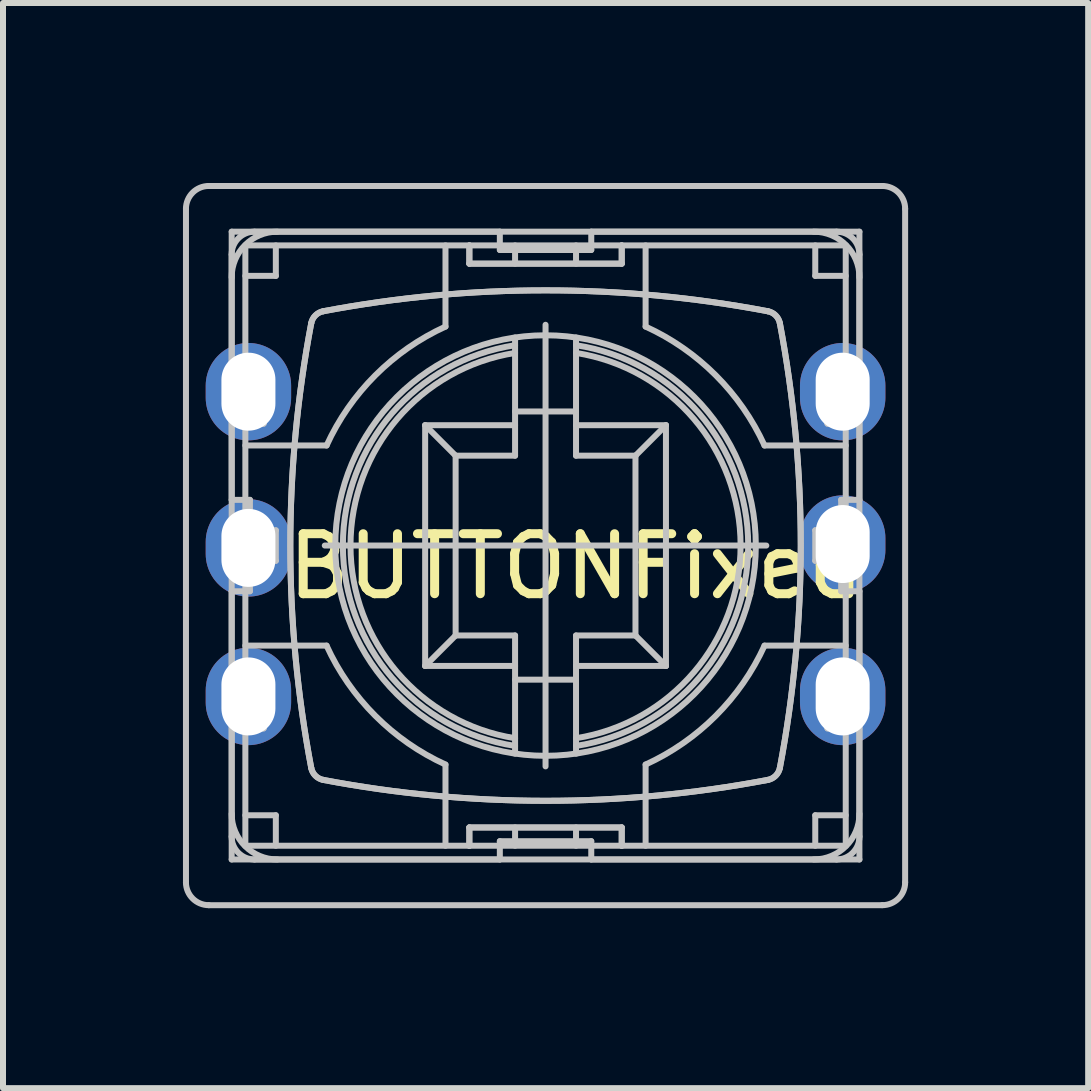
<source format=kicad_pcb>
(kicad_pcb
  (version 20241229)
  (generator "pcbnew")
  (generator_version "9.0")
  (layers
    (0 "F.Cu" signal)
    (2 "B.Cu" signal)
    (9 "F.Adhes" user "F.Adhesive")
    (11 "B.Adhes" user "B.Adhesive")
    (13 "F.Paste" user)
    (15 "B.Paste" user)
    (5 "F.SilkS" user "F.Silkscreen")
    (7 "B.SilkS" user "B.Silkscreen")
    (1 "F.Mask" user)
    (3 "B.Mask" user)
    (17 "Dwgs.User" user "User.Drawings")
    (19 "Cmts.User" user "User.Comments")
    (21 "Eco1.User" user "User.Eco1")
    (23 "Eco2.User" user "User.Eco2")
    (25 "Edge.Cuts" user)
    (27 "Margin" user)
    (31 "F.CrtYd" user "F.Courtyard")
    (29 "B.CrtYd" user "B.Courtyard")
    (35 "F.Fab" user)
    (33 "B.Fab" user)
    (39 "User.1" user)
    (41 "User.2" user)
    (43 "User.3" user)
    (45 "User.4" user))
  (footprint "BUTTONFixed"
    (layer "F.Cu")
    (at 6.552 5.892)
    (property "Reference" "BUTTONFixed" (at 0 0.5 0) (layer "F.SilkS") (effects (font (size 1 1) (thickness 0.15))))
    (attr through_hole)
    (fp_line (start -6.502 5.766) (end -6.502 -5.461) (stroke (width 0.1) (type solid)) (layer "Dwgs.User"))
    (fp_line (start -6.121 -5.842) (end 5.105 -5.842) (stroke (width 0.1) (type solid)) (layer "Dwgs.User"))
    (fp_line (start -5.74 -5.08) (end 4.724 -5.08) (stroke (width 0.1) (type solid)) (layer "Dwgs.User"))
    (fp_line (start -5.74 -2.654) (end -5.74 -5.08) (stroke (width 0.1) (type solid)) (layer "Dwgs.User"))
    (fp_line (start -5.74 -2.654) (end -5.74 -4.699) (stroke (width 0.1) (type solid)) (layer "Dwgs.User"))
    (fp_line (start -5.74 -2.654) (end -5.74 -2.121) (stroke (width 0.1) (type solid)) (layer "Dwgs.User"))
    (fp_line (start -5.74 -2.121) (end -5.696 -1.994) (stroke (width 0.1) (type solid)) (layer "Dwgs.User"))
    (fp_line (start -5.74 -0.61) (end -5.74 -2.121) (stroke (width 0.1) (type solid)) (layer "Dwgs.User"))
    (fp_line (start -5.74 -0.102) (end -5.74 -2.121) (stroke (width 0.1) (type solid)) (layer "Dwgs.User"))
    (fp_line (start -5.74 -0.102) (end -5.74 0.406) (stroke (width 0.1) (type solid)) (layer "Dwgs.User"))
    (fp_line (start -5.74 -0.102) (end -5.247 -0.102) (stroke (width 0.1) (type solid)) (layer "Dwgs.User"))
    (fp_line (start -5.74 0.406) (end -5.247 0.406) (stroke (width 0.1) (type solid)) (layer "Dwgs.User"))
    (fp_line (start -5.74 0.914) (end -5.512 0.914) (stroke (width 0.1) (type solid)) (layer "Dwgs.User"))
    (fp_line (start -5.74 2.426) (end -5.74 0.406) (stroke (width 0.1) (type solid)) (layer "Dwgs.User"))
    (fp_line (start -5.74 2.426) (end -5.74 0.914) (stroke (width 0.1) (type solid)) (layer "Dwgs.User"))
    (fp_line (start -5.74 2.426) (end -5.74 2.959) (stroke (width 0.1) (type solid)) (layer "Dwgs.User"))
    (fp_line (start -5.74 2.959) (end -5.696 3.086) (stroke (width 0.1) (type solid)) (layer "Dwgs.User"))
    (fp_line (start -5.74 5.004) (end -5.74 2.959) (stroke (width 0.1) (type solid)) (layer "Dwgs.User"))
    (fp_line (start -5.74 5.385) (end -5.74 2.959) (stroke (width 0.1) (type solid)) (layer "Dwgs.User"))
    (fp_line (start -5.696 -2.781) (end -5.74 -2.654) (stroke (width 0.1) (type solid)) (layer "Dwgs.User"))
    (fp_line (start -5.696 -2.781) (end -5.207 -2.781) (stroke (width 0.1) (type solid)) (layer "Dwgs.User"))
    (fp_line (start -5.696 -1.994) (end -5.207 -1.994) (stroke (width 0.1) (type solid)) (layer "Dwgs.User"))
    (fp_line (start -5.696 2.299) (end -5.74 2.426) (stroke (width 0.1) (type solid)) (layer "Dwgs.User"))
    (fp_line (start -5.696 2.299) (end -5.207 2.299) (stroke (width 0.1) (type solid)) (layer "Dwgs.User"))
    (fp_line (start -5.696 3.086) (end -5.207 3.086) (stroke (width 0.1) (type solid)) (layer "Dwgs.User"))
    (fp_line (start -5.527 -2.781) (end -5.527 -1.994) (stroke (width 0.1) (type solid)) (layer "Dwgs.User"))
    (fp_line (start -5.527 2.299) (end -5.527 3.086) (stroke (width 0.1) (type solid)) (layer "Dwgs.User"))
    (fp_line (start -5.512 -4.851) (end -1.778 -4.851) (stroke (width 0.1) (type solid)) (layer "Dwgs.User"))
    (fp_line (start -5.512 -4.343) (end -5.004 -4.343) (stroke (width 0.1) (type solid)) (layer "Dwgs.User"))
    (fp_line (start -5.512 -2.896) (end -5.207 -2.896) (stroke (width 0.1) (type solid)) (layer "Dwgs.User"))
    (fp_line (start -5.512 -2.781) (end -5.512 -4.851) (stroke (width 0.1) (type solid)) (layer "Dwgs.User"))
    (fp_line (start -5.512 -1.994) (end -5.512 -2.781) (stroke (width 0.1) (type solid)) (layer "Dwgs.User"))
    (fp_line (start -5.512 -0.61) (end -5.74 -0.61) (stroke (width 0.1) (type solid)) (layer "Dwgs.User"))
    (fp_line (start -5.512 -0.102) (end -5.512 -1.994) (stroke (width 0.1) (type solid)) (layer "Dwgs.User"))
    (fp_line (start -5.512 -0.102) (end -5.512 0.406) (stroke (width 0.1) (type solid)) (layer "Dwgs.User"))
    (fp_line (start -5.512 0.406) (end -5.512 -0.102) (stroke (width 0.1) (type solid)) (layer "Dwgs.User"))
    (fp_line (start -5.512 0.914) (end -5.436 0.914) (stroke (width 0.1) (type solid)) (layer "Dwgs.User"))
    (fp_line (start -5.512 1.82) (end -4.158 1.82) (stroke (width 0.1) (type solid)) (layer "Dwgs.User"))
    (fp_line (start -5.512 2.184) (end -5.207 2.184) (stroke (width 0.1) (type solid)) (layer "Dwgs.User"))
    (fp_line (start -5.512 2.299) (end -5.512 0.406) (stroke (width 0.1) (type solid)) (layer "Dwgs.User"))
    (fp_line (start -5.512 3.086) (end -5.512 2.299) (stroke (width 0.1) (type solid)) (layer "Dwgs.User"))
    (fp_line (start -5.512 5.156) (end -5.512 3.086) (stroke (width 0.1) (type solid)) (layer "Dwgs.User"))
    (fp_line (start -5.436 -2.654) (end -5.74 -2.654) (stroke (width 0.1) (type solid)) (layer "Dwgs.User"))
    (fp_line (start -5.436 -2.654) (end -5.436 -2.121) (stroke (width 0.1) (type solid)) (layer "Dwgs.User"))
    (fp_line (start -5.436 -2.654) (end -5.394 -2.781) (stroke (width 0.1) (type solid)) (layer "Dwgs.User"))
    (fp_line (start -5.436 -2.121) (end -5.74 -2.121) (stroke (width 0.1) (type solid)) (layer "Dwgs.User"))
    (fp_line (start -5.436 -0.61) (end -5.512 -0.61) (stroke (width 0.1) (type solid)) (layer "Dwgs.User"))
    (fp_line (start -5.436 -0.102) (end -5.436 -0.61) (stroke (width 0.1) (type solid)) (layer "Dwgs.User"))
    (fp_line (start -5.436 -0.102) (end -5.436 0.406) (stroke (width 0.1) (type solid)) (layer "Dwgs.User"))
    (fp_line (start -5.436 0.914) (end -5.436 0.406) (stroke (width 0.1) (type solid)) (layer "Dwgs.User"))
    (fp_line (start -5.436 2.426) (end -5.74 2.426) (stroke (width 0.1) (type solid)) (layer "Dwgs.User"))
    (fp_line (start -5.436 2.426) (end -5.436 2.959) (stroke (width 0.1) (type solid)) (layer "Dwgs.User"))
    (fp_line (start -5.436 2.426) (end -5.394 2.299) (stroke (width 0.1) (type solid)) (layer "Dwgs.User"))
    (fp_line (start -5.436 2.959) (end -5.74 2.959) (stroke (width 0.1) (type solid)) (layer "Dwgs.User"))
    (fp_line (start -5.4 -2.781) (end -5.4 -1.994) (stroke (width 0.1) (type solid)) (layer "Dwgs.User"))
    (fp_line (start -5.4 2.299) (end -5.4 3.086) (stroke (width 0.1) (type solid)) (layer "Dwgs.User"))
    (fp_line (start -5.394 -1.994) (end -5.436 -2.121) (stroke (width 0.1) (type solid)) (layer "Dwgs.User"))
    (fp_line (start -5.394 3.086) (end -5.436 2.959) (stroke (width 0.1) (type solid)) (layer "Dwgs.User"))
    (fp_line (start -5.359 -5.08) (end -1.27 -5.08) (stroke (width 0.1) (type solid)) (layer "Dwgs.User"))
    (fp_line (start -5.247 0.406) (end -5.004 0.406) (stroke (width 0.1) (type solid)) (layer "Dwgs.User"))
    (fp_line (start -5.246 -2.781) (end -5.246 -1.994) (stroke (width 0.1) (type solid)) (layer "Dwgs.User"))
    (fp_line (start -5.246 2.299) (end -5.246 3.086) (stroke (width 0.1) (type solid)) (layer "Dwgs.User"))
    (fp_line (start -5.207 -2.896) (end -5.207 -1.88) (stroke (width 0.1) (type solid)) (layer "Dwgs.User"))
    (fp_line (start -5.207 -2.781) (end -5.207 -1.994) (stroke (width 0.1) (type solid)) (layer "Dwgs.User"))
    (fp_line (start -5.207 -1.88) (end -5.512 -1.88) (stroke (width 0.1) (type solid)) (layer "Dwgs.User"))
    (fp_line (start -5.207 -0.102) (end -5.207 0.406) (stroke (width 0.1) (type solid)) (layer "Dwgs.User"))
    (fp_line (start -5.207 2.184) (end -5.207 3.2) (stroke (width 0.1) (type solid)) (layer "Dwgs.User"))
    (fp_line (start -5.207 2.299) (end -5.207 3.086) (stroke (width 0.1) (type solid)) (layer "Dwgs.User"))
    (fp_line (start -5.207 3.2) (end -5.512 3.2) (stroke (width 0.1) (type solid)) (layer "Dwgs.User"))
    (fp_line (start -5.004 -4.343) (end -5.004 -4.851) (stroke (width 0.1) (type solid)) (layer "Dwgs.User"))
    (fp_line (start -5.004 -0.102) (end -5.247 -0.102) (stroke (width 0.1) (type solid)) (layer "Dwgs.User"))
    (fp_line (start -5.004 0.406) (end -5.004 -0.102) (stroke (width 0.1) (type solid)) (layer "Dwgs.User"))
    (fp_line (start -5.004 4.648) (end -5.512 4.648) (stroke (width 0.1) (type solid)) (layer "Dwgs.User"))
    (fp_line (start -5.004 5.156) (end -5.004 4.648) (stroke (width 0.1) (type solid)) (layer "Dwgs.User"))
    (fp_line (start -4.188 0.152) (end 3.172 0.152) (stroke (width 0.1) (type solid)) (layer "Dwgs.User"))
    (fp_line (start -4.158 -1.516) (end -5.512 -1.516) (stroke (width 0.1) (type solid)) (layer "Dwgs.User"))
    (fp_line (start -2.515 -1.854) (end -2.007 -1.346) (stroke (width 0.1) (type solid)) (layer "Dwgs.User"))
    (fp_line (start -2.515 -1.854) (end -1.016 -1.854) (stroke (width 0.1) (type solid)) (layer "Dwgs.User"))
    (fp_line (start -2.515 2.159) (end -2.515 -1.854) (stroke (width 0.1) (type solid)) (layer "Dwgs.User"))
    (fp_line (start -2.176 -4.851) (end -2.176 -3.498) (stroke (width 0.1) (type solid)) (layer "Dwgs.User"))
    (fp_line (start -2.176 3.803) (end -2.176 5.156) (stroke (width 0.1) (type solid)) (layer "Dwgs.User"))
    (fp_line (start -2.007 -1.346) (end -2.007 1.651) (stroke (width 0.1) (type solid)) (layer "Dwgs.User"))
    (fp_line (start -2.007 1.651) (end -2.515 2.159) (stroke (width 0.1) (type solid)) (layer "Dwgs.User"))
    (fp_line (start -1.778 -4.851) (end -1.778 -4.547) (stroke (width 0.1) (type solid)) (layer "Dwgs.User"))
    (fp_line (start -1.778 -4.851) (end 0.762 -4.851) (stroke (width 0.1) (type solid)) (layer "Dwgs.User"))
    (fp_line (start -1.778 -4.547) (end -1.778 -4.851) (stroke (width 0.1) (type solid)) (layer "Dwgs.User"))
    (fp_line (start -1.778 -4.547) (end 0.762 -4.547) (stroke (width 0.1) (type solid)) (layer "Dwgs.User"))
    (fp_line (start -1.778 -4.547) (end 0.762 -4.547) (stroke (width 0.1) (type solid)) (layer "Dwgs.User"))
    (fp_line (start -1.778 4.851) (end -1.778 5.156) (stroke (width 0.1) (type solid)) (layer "Dwgs.User"))
    (fp_line (start -1.778 4.851) (end -1.778 5.156) (stroke (width 0.1) (type solid)) (layer "Dwgs.User"))
    (fp_line (start -1.778 4.851) (end 0.762 4.851) (stroke (width 0.1) (type solid)) (layer "Dwgs.User"))
    (fp_line (start -1.778 5.156) (end -5.512 5.156) (stroke (width 0.1) (type solid)) (layer "Dwgs.User"))
    (fp_line (start -1.778 5.156) (end 0.762 5.156) (stroke (width 0.1) (type solid)) (layer "Dwgs.User"))
    (fp_line (start -1.27 -5.08) (end -1.27 -4.851) (stroke (width 0.1) (type solid)) (layer "Dwgs.User"))
    (fp_line (start -1.27 -4.851) (end -1.27 -4.775) (stroke (width 0.1) (type solid)) (layer "Dwgs.User"))
    (fp_line (start -1.27 -4.775) (end 0.254 -4.775) (stroke (width 0.1) (type solid)) (layer "Dwgs.User"))
    (fp_line (start -1.27 5.08) (end -1.27 5.156) (stroke (width 0.1) (type solid)) (layer "Dwgs.User"))
    (fp_line (start -1.27 5.156) (end -1.27 5.385) (stroke (width 0.1) (type solid)) (layer "Dwgs.User"))
    (fp_line (start -1.27 5.385) (end -5.359 5.385) (stroke (width 0.1) (type solid)) (layer "Dwgs.User"))
    (fp_line (start -1.016 -4.547) (end -1.016 -4.851) (stroke (width 0.1) (type solid)) (layer "Dwgs.User"))
    (fp_line (start -1.016 -3.316) (end -1.016 -1.346) (stroke (width 0.1) (type solid)) (layer "Dwgs.User"))
    (fp_line (start -1.016 -1.346) (end -2.007 -1.346) (stroke (width 0.1) (type solid)) (layer "Dwgs.User"))
    (fp_line (start -1.016 1.651) (end -2.007 1.651) (stroke (width 0.1) (type solid)) (layer "Dwgs.User"))
    (fp_line (start -1.016 1.651) (end -1.016 3.621) (stroke (width 0.1) (type solid)) (layer "Dwgs.User"))
    (fp_line (start -1.016 2.159) (end -2.515 2.159) (stroke (width 0.1) (type solid)) (layer "Dwgs.User"))
    (fp_line (start -1.016 4.851) (end -1.016 5.156) (stroke (width 0.1) (type solid)) (layer "Dwgs.User"))
    (fp_line (start -0.508 3.833) (end -0.508 -3.528) (stroke (width 0.1) (type solid)) (layer "Dwgs.User"))
    (fp_line (start 0 -4.547) (end 0 -4.851) (stroke (width 0.1) (type solid)) (layer "Dwgs.User"))
    (fp_line (start 0 -3.316) (end 0 -1.346) (stroke (width 0.1) (type solid)) (layer "Dwgs.User"))
    (fp_line (start 0 -2.083) (end -1.016 -2.083) (stroke (width 0.1) (type solid)) (layer "Dwgs.User"))
    (fp_line (start 0 -1.854) (end 1.499 -1.854) (stroke (width 0.1) (type solid)) (layer "Dwgs.User"))
    (fp_line (start 0 1.651) (end 0 3.621) (stroke (width 0.1) (type solid)) (layer "Dwgs.User"))
    (fp_line (start 0 2.388) (end -1.016 2.388) (stroke (width 0.1) (type solid)) (layer "Dwgs.User"))
    (fp_line (start 0 4.851) (end 0 5.156) (stroke (width 0.1) (type solid)) (layer "Dwgs.User"))
    (fp_line (start 0.254 -5.08) (end 4.343 -5.08) (stroke (width 0.1) (type solid)) (layer "Dwgs.User"))
    (fp_line (start 0.254 -4.851) (end 0.254 -5.08) (stroke (width 0.1) (type solid)) (layer "Dwgs.User"))
    (fp_line (start 0.254 -4.775) (end 0.254 -4.851) (stroke (width 0.1) (type solid)) (layer "Dwgs.User"))
    (fp_line (start 0.254 5.08) (end -1.27 5.08) (stroke (width 0.1) (type solid)) (layer "Dwgs.User"))
    (fp_line (start 0.254 5.156) (end 0.254 5.08) (stroke (width 0.1) (type solid)) (layer "Dwgs.User"))
    (fp_line (start 0.254 5.385) (end 0.254 5.156) (stroke (width 0.1) (type solid)) (layer "Dwgs.User"))
    (fp_line (start 0.762 -4.851) (end 4.496 -4.851) (stroke (width 0.1) (type solid)) (layer "Dwgs.User"))
    (fp_line (start 0.762 -4.547) (end 0.762 -4.851) (stroke (width 0.1) (type solid)) (layer "Dwgs.User"))
    (fp_line (start 0.762 -4.547) (end 0.762 -4.851) (stroke (width 0.1) (type solid)) (layer "Dwgs.User"))
    (fp_line (start 0.762 4.851) (end -1.778 4.851) (stroke (width 0.1) (type solid)) (layer "Dwgs.User"))
    (fp_line (start 0.762 4.851) (end 0.762 5.156) (stroke (width 0.1) (type solid)) (layer "Dwgs.User"))
    (fp_line (start 0.762 5.156) (end 0.762 4.851) (stroke (width 0.1) (type solid)) (layer "Dwgs.User"))
    (fp_line (start 0.991 -1.346) (end 0 -1.346) (stroke (width 0.1) (type solid)) (layer "Dwgs.User"))
    (fp_line (start 0.991 -1.346) (end 0.991 1.651) (stroke (width 0.1) (type solid)) (layer "Dwgs.User"))
    (fp_line (start 0.991 -1.346) (end 1.499 -1.854) (stroke (width 0.1) (type solid)) (layer "Dwgs.User"))
    (fp_line (start 0.991 1.651) (end 0 1.651) (stroke (width 0.1) (type solid)) (layer "Dwgs.User"))
    (fp_line (start 1.16 -3.498) (end 1.16 -4.851) (stroke (width 0.1) (type solid)) (layer "Dwgs.User"))
    (fp_line (start 1.16 5.156) (end 1.16 3.803) (stroke (width 0.1) (type solid)) (layer "Dwgs.User"))
    (fp_line (start 1.499 -1.854) (end 1.499 2.159) (stroke (width 0.1) (type solid)) (layer "Dwgs.User"))
    (fp_line (start 1.499 2.159) (end 0 2.159) (stroke (width 0.1) (type solid)) (layer "Dwgs.User"))
    (fp_line (start 1.499 2.159) (end 0.991 1.651) (stroke (width 0.1) (type solid)) (layer "Dwgs.User"))
    (fp_line (start 3.142 1.82) (end 4.496 1.82) (stroke (width 0.1) (type solid)) (layer "Dwgs.User"))
    (fp_line (start 3.988 -4.851) (end 3.988 -4.343) (stroke (width 0.1) (type solid)) (layer "Dwgs.User"))
    (fp_line (start 3.988 -4.343) (end 4.496 -4.343) (stroke (width 0.1) (type solid)) (layer "Dwgs.User"))
    (fp_line (start 3.988 -0.102) (end 3.988 0.406) (stroke (width 0.1) (type solid)) (layer "Dwgs.User"))
    (fp_line (start 3.988 0.406) (end 4.231 0.406) (stroke (width 0.1) (type solid)) (layer "Dwgs.User"))
    (fp_line (start 3.988 4.648) (end 3.988 5.156) (stroke (width 0.1) (type solid)) (layer "Dwgs.User"))
    (fp_line (start 4.191 -2.896) (end 4.496 -2.896) (stroke (width 0.1) (type solid)) (layer "Dwgs.User"))
    (fp_line (start 4.191 -1.994) (end 4.191 -2.781) (stroke (width 0.1) (type solid)) (layer "Dwgs.User"))
    (fp_line (start 4.191 -1.88) (end 4.191 -2.896) (stroke (width 0.1) (type solid)) (layer "Dwgs.User"))
    (fp_line (start 4.191 0.406) (end 4.191 -0.102) (stroke (width 0.1) (type solid)) (layer "Dwgs.User"))
    (fp_line (start 4.191 2.184) (end 4.496 2.184) (stroke (width 0.1) (type solid)) (layer "Dwgs.User"))
    (fp_line (start 4.191 3.086) (end 4.191 2.299) (stroke (width 0.1) (type solid)) (layer "Dwgs.User"))
    (fp_line (start 4.191 3.2) (end 4.191 2.184) (stroke (width 0.1) (type solid)) (layer "Dwgs.User"))
    (fp_line (start 4.23 -1.994) (end 4.23 -2.781) (stroke (width 0.1) (type solid)) (layer "Dwgs.User"))
    (fp_line (start 4.23 3.086) (end 4.23 2.299) (stroke (width 0.1) (type solid)) (layer "Dwgs.User"))
    (fp_line (start 4.231 -0.102) (end 3.988 -0.102) (stroke (width 0.1) (type solid)) (layer "Dwgs.User"))
    (fp_line (start 4.343 5.385) (end 0.254 5.385) (stroke (width 0.1) (type solid)) (layer "Dwgs.User"))
    (fp_line (start 4.378 -2.781) (end 4.42 -2.654) (stroke (width 0.1) (type solid)) (layer "Dwgs.User"))
    (fp_line (start 4.378 2.299) (end 4.42 2.426) (stroke (width 0.1) (type solid)) (layer "Dwgs.User"))
    (fp_line (start 4.384 -1.994) (end 4.384 -2.781) (stroke (width 0.1) (type solid)) (layer "Dwgs.User"))
    (fp_line (start 4.384 3.086) (end 4.384 2.299) (stroke (width 0.1) (type solid)) (layer "Dwgs.User"))
    (fp_line (start 4.42 -2.654) (end 4.724 -2.654) (stroke (width 0.1) (type solid)) (layer "Dwgs.User"))
    (fp_line (start 4.42 -2.121) (end 4.378 -1.994) (stroke (width 0.1) (type solid)) (layer "Dwgs.User"))
    (fp_line (start 4.42 -2.121) (end 4.42 -2.654) (stroke (width 0.1) (type solid)) (layer "Dwgs.User"))
    (fp_line (start 4.42 -2.121) (end 4.724 -2.121) (stroke (width 0.1) (type solid)) (layer "Dwgs.User"))
    (fp_line (start 4.42 -0.61) (end 4.42 -0.102) (stroke (width 0.1) (type solid)) (layer "Dwgs.User"))
    (fp_line (start 4.42 0.406) (end 4.42 -0.102) (stroke (width 0.1) (type solid)) (layer "Dwgs.User"))
    (fp_line (start 4.42 0.406) (end 4.42 0.914) (stroke (width 0.1) (type solid)) (layer "Dwgs.User"))
    (fp_line (start 4.42 0.914) (end 4.496 0.914) (stroke (width 0.1) (type solid)) (layer "Dwgs.User"))
    (fp_line (start 4.42 2.426) (end 4.724 2.426) (stroke (width 0.1) (type solid)) (layer "Dwgs.User"))
    (fp_line (start 4.42 2.959) (end 4.378 3.086) (stroke (width 0.1) (type solid)) (layer "Dwgs.User"))
    (fp_line (start 4.42 2.959) (end 4.42 2.426) (stroke (width 0.1) (type solid)) (layer "Dwgs.User"))
    (fp_line (start 4.42 2.959) (end 4.724 2.959) (stroke (width 0.1) (type solid)) (layer "Dwgs.User"))
    (fp_line (start 4.496 -4.851) (end 4.496 -2.781) (stroke (width 0.1) (type solid)) (layer "Dwgs.User"))
    (fp_line (start 4.496 -2.781) (end 4.496 -1.994) (stroke (width 0.1) (type solid)) (layer "Dwgs.User"))
    (fp_line (start 4.496 -1.994) (end 4.496 -0.102) (stroke (width 0.1) (type solid)) (layer "Dwgs.User"))
    (fp_line (start 4.496 -1.88) (end 4.191 -1.88) (stroke (width 0.1) (type solid)) (layer "Dwgs.User"))
    (fp_line (start 4.496 -1.516) (end 3.142 -1.516) (stroke (width 0.1) (type solid)) (layer "Dwgs.User"))
    (fp_line (start 4.496 -0.61) (end 4.42 -0.61) (stroke (width 0.1) (type solid)) (layer "Dwgs.User"))
    (fp_line (start 4.496 -0.102) (end 4.496 0.406) (stroke (width 0.1) (type solid)) (layer "Dwgs.User"))
    (fp_line (start 4.496 0.406) (end 4.496 -0.102) (stroke (width 0.1) (type solid)) (layer "Dwgs.User"))
    (fp_line (start 4.496 0.406) (end 4.496 2.299) (stroke (width 0.1) (type solid)) (layer "Dwgs.User"))
    (fp_line (start 4.496 0.914) (end 4.724 0.914) (stroke (width 0.1) (type solid)) (layer "Dwgs.User"))
    (fp_line (start 4.496 2.299) (end 4.496 3.086) (stroke (width 0.1) (type solid)) (layer "Dwgs.User"))
    (fp_line (start 4.496 3.086) (end 4.496 5.156) (stroke (width 0.1) (type solid)) (layer "Dwgs.User"))
    (fp_line (start 4.496 3.2) (end 4.191 3.2) (stroke (width 0.1) (type solid)) (layer "Dwgs.User"))
    (fp_line (start 4.496 4.648) (end 3.988 4.648) (stroke (width 0.1) (type solid)) (layer "Dwgs.User"))
    (fp_line (start 4.496 5.156) (end 0.762 5.156) (stroke (width 0.1) (type solid)) (layer "Dwgs.User"))
    (fp_line (start 4.511 -1.994) (end 4.511 -2.781) (stroke (width 0.1) (type solid)) (layer "Dwgs.User"))
    (fp_line (start 4.511 3.086) (end 4.511 2.299) (stroke (width 0.1) (type solid)) (layer "Dwgs.User"))
    (fp_line (start 4.68 -2.781) (end 4.191 -2.781) (stroke (width 0.1) (type solid)) (layer "Dwgs.User"))
    (fp_line (start 4.68 -1.994) (end 4.191 -1.994) (stroke (width 0.1) (type solid)) (layer "Dwgs.User"))
    (fp_line (start 4.68 -1.994) (end 4.724 -2.121) (stroke (width 0.1) (type solid)) (layer "Dwgs.User"))
    (fp_line (start 4.68 2.299) (end 4.191 2.299) (stroke (width 0.1) (type solid)) (layer "Dwgs.User"))
    (fp_line (start 4.68 3.086) (end 4.191 3.086) (stroke (width 0.1) (type solid)) (layer "Dwgs.User"))
    (fp_line (start 4.68 3.086) (end 4.724 2.959) (stroke (width 0.1) (type solid)) (layer "Dwgs.User"))
    (fp_line (start 4.724 -5.08) (end 4.724 -2.654) (stroke (width 0.1) (type solid)) (layer "Dwgs.User"))
    (fp_line (start 4.724 -4.699) (end 4.724 -2.654) (stroke (width 0.1) (type solid)) (layer "Dwgs.User"))
    (fp_line (start 4.724 -2.654) (end 4.68 -2.781) (stroke (width 0.1) (type solid)) (layer "Dwgs.User"))
    (fp_line (start 4.724 -2.121) (end 4.724 -2.654) (stroke (width 0.1) (type solid)) (layer "Dwgs.User"))
    (fp_line (start 4.724 -2.121) (end 4.724 -0.61) (stroke (width 0.1) (type solid)) (layer "Dwgs.User"))
    (fp_line (start 4.724 -2.121) (end 4.724 -0.102) (stroke (width 0.1) (type solid)) (layer "Dwgs.User"))
    (fp_line (start 4.724 -0.61) (end 4.496 -0.61) (stroke (width 0.1) (type solid)) (layer "Dwgs.User"))
    (fp_line (start 4.724 -0.102) (end 4.231 -0.102) (stroke (width 0.1) (type solid)) (layer "Dwgs.User"))
    (fp_line (start 4.724 0.406) (end 4.231 0.406) (stroke (width 0.1) (type solid)) (layer "Dwgs.User"))
    (fp_line (start 4.724 0.406) (end 4.724 -0.102) (stroke (width 0.1) (type solid)) (layer "Dwgs.User"))
    (fp_line (start 4.724 0.406) (end 4.724 2.426) (stroke (width 0.1) (type solid)) (layer "Dwgs.User"))
    (fp_line (start 4.724 0.914) (end 4.724 2.426) (stroke (width 0.1) (type solid)) (layer "Dwgs.User"))
    (fp_line (start 4.724 2.426) (end 4.68 2.299) (stroke (width 0.1) (type solid)) (layer "Dwgs.User"))
    (fp_line (start 4.724 2.959) (end 4.724 2.426) (stroke (width 0.1) (type solid)) (layer "Dwgs.User"))
    (fp_line (start 4.724 2.959) (end 4.724 5.004) (stroke (width 0.1) (type solid)) (layer "Dwgs.User"))
    (fp_line (start 4.724 2.959) (end 4.724 5.385) (stroke (width 0.1) (type solid)) (layer "Dwgs.User"))
    (fp_line (start 4.724 5.385) (end -5.74 5.385) (stroke (width 0.1) (type solid)) (layer "Dwgs.User"))
    (fp_line (start 5.105 6.147) (end -6.121 6.147) (stroke (width 0.1) (type solid)) (layer "Dwgs.User"))
    (fp_line (start 5.486 -5.461) (end 5.486 5.766) (stroke (width 0.1) (type solid)) (layer "Dwgs.User"))
    (fp_arc (start -6.5024 -5.461) (mid -6.390808 -5.730408) (end -6.1214 -5.842) (stroke (width 0.1) (type solid)) (layer "Dwgs.User"))
    (fp_arc (start -6.1214 6.1468) (mid -6.390808 6.035208) (end -6.5024 5.7658) (stroke (width 0.1) (type solid)) (layer "Dwgs.User"))
    (fp_arc (start -5.7404 -4.699) (mid -5.628808 -4.968408) (end -5.3594 -5.08) (stroke (width 0.1) (type solid)) (layer "Dwgs.User"))
    (fp_arc (start -5.7404 -4.318) (mid -5.517215 -4.856815) (end -4.9784 -5.08) (stroke (width 0.1) (type solid)) (layer "Dwgs.User"))
    (fp_arc (start -5.3594 5.3848) (mid -5.628808 5.273208) (end -5.7404 5.0038) (stroke (width 0.1) (type solid)) (layer "Dwgs.User"))
    (fp_arc (start -4.9784 5.3848) (mid -5.517215 5.161615) (end -5.7404 4.6228) (stroke (width 0.1) (type solid)) (layer "Dwgs.User"))
    (fp_arc (start -4.414377 -3.551749) (mid -4.34443 -3.684029) (end -4.21215 -3.753977) (stroke (width 0.1) (type solid)) (layer "Dwgs.User"))
    (fp_arc (start -4.414377 -3.551749) (mid -4.34443 -3.684029) (end -4.21215 -3.753977) (stroke (width 0.1) (type solid)) (layer "Dwgs.User"))
    (fp_arc (start -4.414377 3.856549) (mid -4.7625 0.1524) (end -4.414377 -3.55175) (stroke (width 0.1) (type solid)) (layer "Dwgs.User"))
    (fp_arc (start -4.414377 3.856549) (mid -4.7625 0.1524) (end -4.414377 -3.55175) (stroke (width 0.1) (type solid)) (layer "Dwgs.User"))
    (fp_arc (start -4.212149 -3.753977) (mid -0.508 -4.1021) (end 3.19615 -3.753977) (stroke (width 0.1) (type solid)) (layer "Dwgs.User"))
    (fp_arc (start -4.212149 -3.753977) (mid -0.508 -4.1021) (end 3.19615 -3.753977) (stroke (width 0.1) (type solid)) (layer "Dwgs.User"))
    (fp_arc (start -4.212149 4.058777) (mid -4.344429 3.98883) (end -4.414377 3.85655) (stroke (width 0.1) (type solid)) (layer "Dwgs.User"))
    (fp_arc (start -4.212149 4.058777) (mid -4.344429 3.98883) (end -4.414377 3.85655) (stroke (width 0.1) (type solid)) (layer "Dwgs.User"))
    (fp_arc (start -4.158174 -1.515533) (mid -3.345761 -2.685361) (end -2.175933 -3.497774) (stroke (width 0.1) (type solid)) (layer "Dwgs.User"))
    (fp_arc (start -2.175933 3.802574) (mid -3.345761 2.990161) (end -4.158174 1.820333) (stroke (width 0.1) (type solid)) (layer "Dwgs.User"))
    (fp_arc (start -1.016 3.363667) (mid -3.7592 0.1524) (end -1.016 -3.058867) (stroke (width 0.1) (type solid)) (layer "Dwgs.User"))
    (fp_arc (start -1.016 3.492186) (mid -3.8862 0.1524) (end -1.016 -3.187386) (stroke (width 0.1) (type solid)) (layer "Dwgs.User"))
    (fp_arc (start 0 -3.187386) (mid 2.8702 0.1524) (end 0 3.492186) (stroke (width 0.1) (type solid)) (layer "Dwgs.User"))
    (fp_arc (start 0 -3.058867) (mid 2.7432 0.1524) (end 0 3.363667) (stroke (width 0.1) (type solid)) (layer "Dwgs.User"))
    (fp_arc (start 1.159933 -3.497774) (mid 2.329761 -2.685361) (end 3.142174 -1.515533) (stroke (width 0.1) (type solid)) (layer "Dwgs.User"))
    (fp_arc (start 3.142174 1.820333) (mid 2.329761 2.990161) (end 1.159933 3.802574) (stroke (width 0.1) (type solid)) (layer "Dwgs.User"))
    (fp_arc (start 3.196149 -3.753977) (mid 3.328429 -3.68403) (end 3.398377 -3.55175) (stroke (width 0.1) (type solid)) (layer "Dwgs.User"))
    (fp_arc (start 3.196149 -3.753977) (mid 3.328429 -3.68403) (end 3.398377 -3.55175) (stroke (width 0.1) (type solid)) (layer "Dwgs.User"))
    (fp_arc (start 3.196149 4.058777) (mid -0.508 4.4069) (end -4.21215 4.058777) (stroke (width 0.1) (type solid)) (layer "Dwgs.User"))
    (fp_arc (start 3.196149 4.058777) (mid -0.508 4.4069) (end -4.21215 4.058777) (stroke (width 0.1) (type solid)) (layer "Dwgs.User"))
    (fp_arc (start 3.398377 -3.551749) (mid 3.7465 0.1524) (end 3.398377 3.85655) (stroke (width 0.1) (type solid)) (layer "Dwgs.User"))
    (fp_arc (start 3.398377 -3.551749) (mid 3.7465 0.1524) (end 3.398377 3.85655) (stroke (width 0.1) (type solid)) (layer "Dwgs.User"))
    (fp_arc (start 3.398377 3.856549) (mid 3.32843 3.988829) (end 3.19615 4.058777) (stroke (width 0.1) (type solid)) (layer "Dwgs.User"))
    (fp_arc (start 3.398377 3.856549) (mid 3.32843 3.988829) (end 3.19615 4.058777) (stroke (width 0.1) (type solid)) (layer "Dwgs.User"))
    (fp_arc (start 3.9624 -5.08) (mid 4.501215 -4.856815) (end 4.7244 -4.318) (stroke (width 0.1) (type solid)) (layer "Dwgs.User"))
    (fp_arc (start 4.3434 -5.08) (mid 4.612808 -4.968408) (end 4.7244 -4.699) (stroke (width 0.1) (type solid)) (layer "Dwgs.User"))
    (fp_arc (start 4.7244 4.6228) (mid 4.501215 5.161615) (end 3.9624 5.3848) (stroke (width 0.1) (type solid)) (layer "Dwgs.User"))
    (fp_arc (start 4.7244 5.0038) (mid 4.612808 5.273208) (end 4.3434 5.3848) (stroke (width 0.1) (type solid)) (layer "Dwgs.User"))
    (fp_arc (start 5.1054 -5.842) (mid 5.374808 -5.730408) (end 5.4864 -5.461) (stroke (width 0.1) (type solid)) (layer "Dwgs.User"))
    (fp_arc (start 5.4864 5.7658) (mid 5.374808 6.035208) (end 5.1054 6.1468) (stroke (width 0.1) (type solid)) (layer "Dwgs.User"))
    (fp_circle (center -0.508 0.152) (end 2.997 0.152) (stroke (width 0.1) (type solid)) (fill no) (layer "Dwgs.User"))
    (pad "1" thru_hole oval (at -5.461 -2.413) (size 1.424 1.624) (drill oval 0.9 1.3) (layers "*.Cu" "*.Mask"))
    (pad "2" thru_hole oval (at -5.461 2.667) (size 1.424 1.624) (drill oval 0.9 1.3) (layers "*.Cu" "*.Mask"))
    (pad "3" thru_hole oval (at 4.445 -2.413) (size 1.424 1.624) (drill oval 0.9 1.3) (layers "*.Cu" "*.Mask"))
    (pad "4" thru_hole oval (at 4.445 2.667) (size 1.424 1.624) (drill oval 0.9 1.3) (layers "*.Cu" "*.Mask"))
    (pad "5" thru_hole oval (at -5.461 0.191) (size 1.424 1.624) (drill oval 0.9 1.3) (layers "*.Cu" "*.Mask"))
    (pad "6" thru_hole oval (at 4.445 0.127) (size 1.424 1.624) (drill oval 0.9 1.3) (layers "*.Cu" "*.Mask")))
  (gr_rect
    (start -3 -3)
    (end 15.089 15.089)
    (stroke (width 0.1) (type default))
    (fill no)
    (layer "Edge.Cuts")))
</source>
